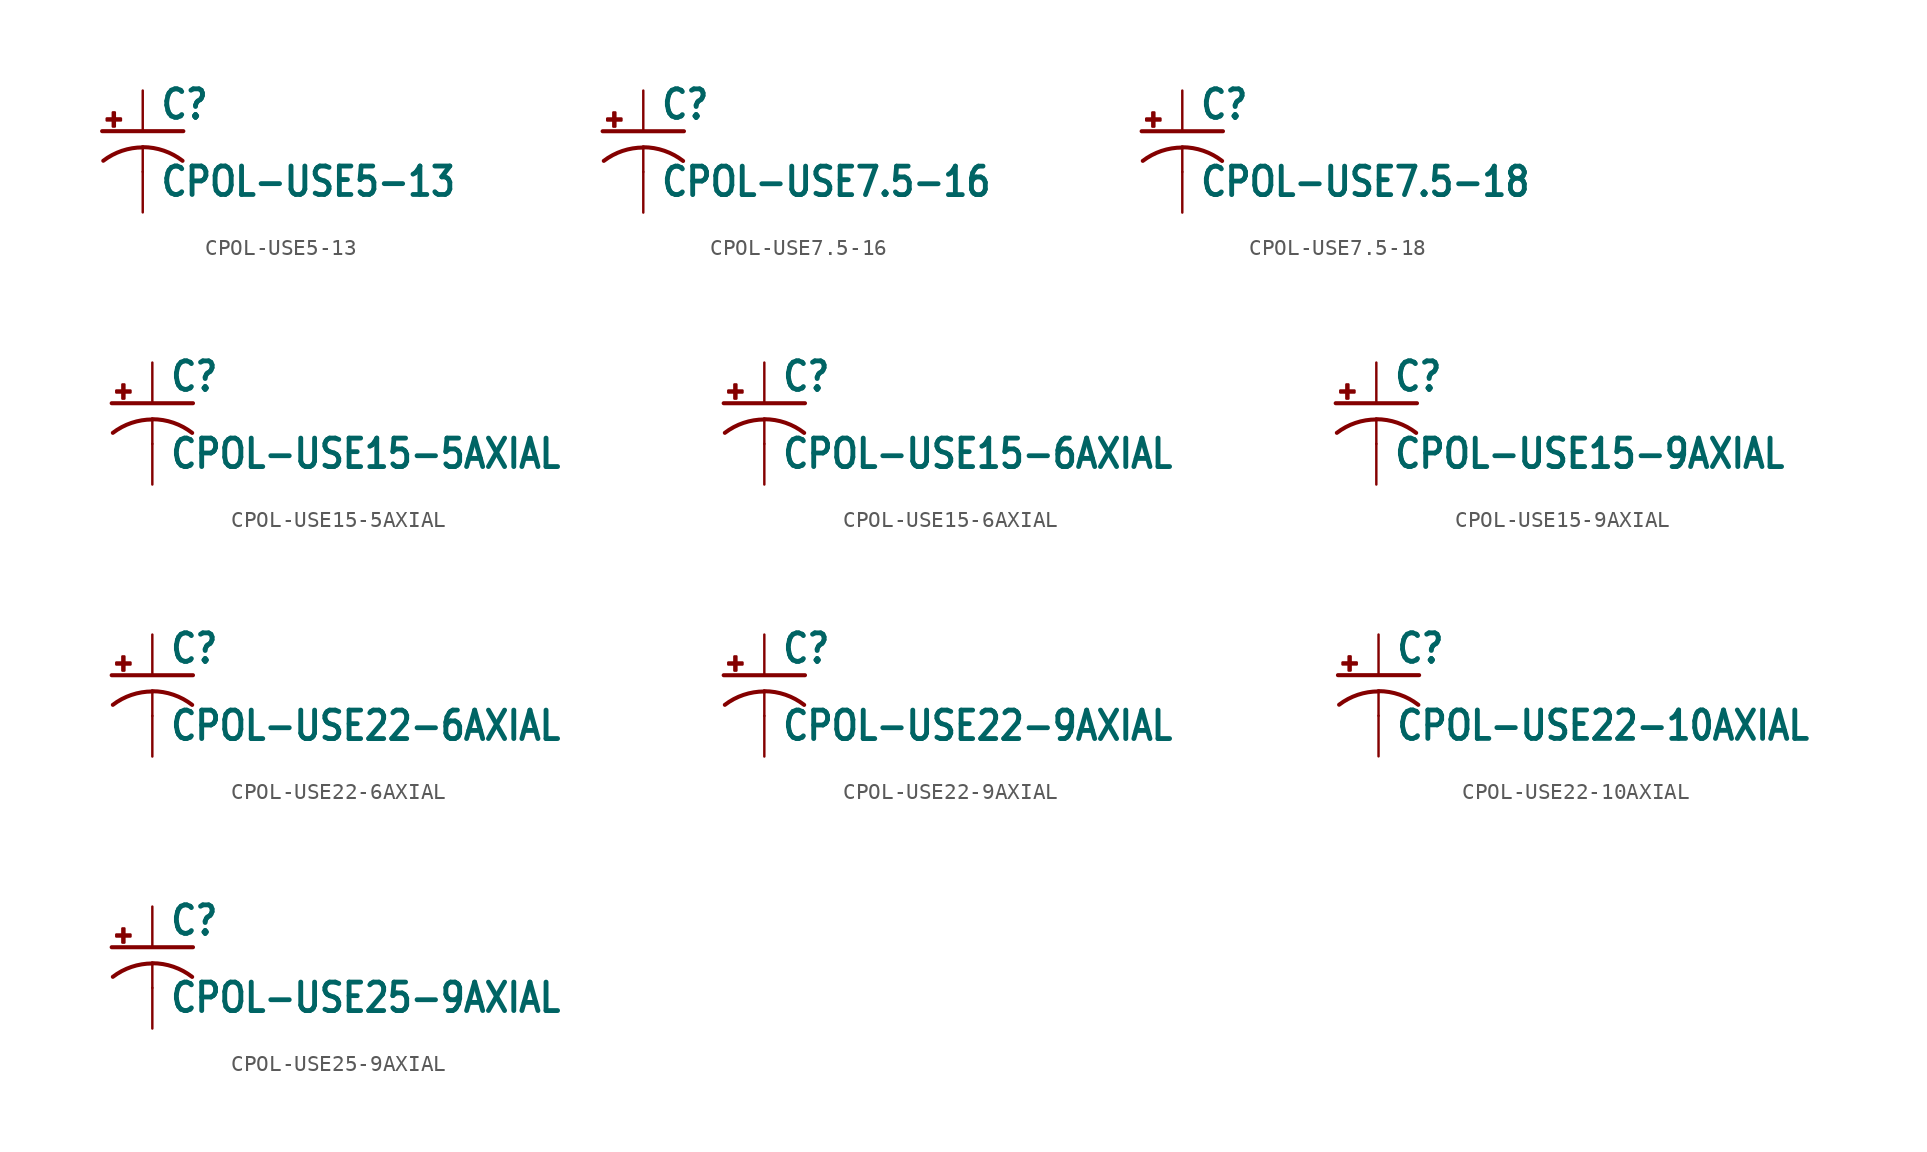
<source format=kicad_sym>
(kicad_symbol_lib
  (version 20211014)
  (generator kicad_symbol_editor)
  (symbol "CPOL-USE5-13"
    (property "Reference" "C"
      (at 1.016 0.635 0)
      (effects (font (size 1.778 1.511) bold) (justify left bottom)))
    (property "Value" "CPOL-USE5-13"
      (at 1.016 -4.191 0)
      (effects (font (size 1.778 1.511) bold) (justify left bottom)))
    (property "ki_locked" ""
      (at 0 0 0)
      (effects (font (size 1.27 1.27))))
    (symbol "CPOL-USE5-13_1_0"
      (rectangle (start -2.253 0.668) (end -1.364 0.795) (stroke (width 0) (type default) (color 0 0 0 0)) (fill (type outline)))
      (rectangle (start -1.872 0.287) (end -1.745 1.176) (stroke (width 0) (type default) (color 0 0 0 0)) (fill (type outline)))
      (arc (start 0 -1.0161) (mid -1.3021 -1.2302) (end -2.4669 -1.8504) (stroke (width 0.254) (type default) (color 0 0 0 0)) (fill (type none)))
      (polyline (pts (xy -2.54 0) (xy 2.54 0)) (stroke (width 0.254) (type default) (color 0 0 0 0)) (fill (type none)))
      (polyline (pts (xy 0 -1.016) (xy 0 -2.54)) (stroke (width 0.152) (type default) (color 0 0 0 0)) (fill (type none)))
      (polyline (pts (xy 0 -1.016) (xy 0 -1.016)) (stroke (width 0.152) (type default) (color 0 0 0 0)) (fill (type none)))
      (arc (start 2.4892 -1.8542) (mid 1.3158 -1.2195) (end 0 -1) (stroke (width 0.254) (type default) (color 0 0 0 0)) (fill (type none)))
      (pin passive line (at 0 2.54 270) (length 2.54) (name "+" (effects (font (size 0 0)))) (number "+" (effects (font (size 0 0)))))
      (pin passive line (at 0 -5.08 90) (length 2.54) (name "-" (effects (font (size 0 0)))) (number "-" (effects (font (size 0 0)))))))
  (symbol "CPOL-USE7.5-16"
    (property "Reference" "C"
      (at 1.016 0.635 0)
      (effects (font (size 1.778 1.511) bold) (justify left bottom)))
    (property "Value" "CPOL-USE7.5-16"
      (at 1.016 -4.191 0)
      (effects (font (size 1.778 1.511) bold) (justify left bottom)))
    (property "ki_locked" ""
      (at 0 0 0)
      (effects (font (size 1.27 1.27))))
    (symbol "CPOL-USE7.5-16_1_0"
      (rectangle (start -2.253 0.668) (end -1.364 0.795) (stroke (width 0) (type default) (color 0 0 0 0)) (fill (type outline)))
      (rectangle (start -1.872 0.287) (end -1.745 1.176) (stroke (width 0) (type default) (color 0 0 0 0)) (fill (type outline)))
      (arc (start 0 -1.0161) (mid -1.3021 -1.2302) (end -2.4669 -1.8504) (stroke (width 0.254) (type default) (color 0 0 0 0)) (fill (type none)))
      (polyline (pts (xy -2.54 0) (xy 2.54 0)) (stroke (width 0.254) (type default) (color 0 0 0 0)) (fill (type none)))
      (polyline (pts (xy 0 -1.016) (xy 0 -2.54)) (stroke (width 0.152) (type default) (color 0 0 0 0)) (fill (type none)))
      (polyline (pts (xy 0 -1.016) (xy 0 -1.016)) (stroke (width 0.152) (type default) (color 0 0 0 0)) (fill (type none)))
      (arc (start 2.4892 -1.8542) (mid 1.3158 -1.2195) (end 0 -1) (stroke (width 0.254) (type default) (color 0 0 0 0)) (fill (type none)))
      (pin passive line (at 0 2.54 270) (length 2.54) (name "+" (effects (font (size 0 0)))) (number "+" (effects (font (size 0 0)))))
      (pin passive line (at 0 -5.08 90) (length 2.54) (name "-" (effects (font (size 0 0)))) (number "-" (effects (font (size 0 0)))))))
  (symbol "CPOL-USE7.5-18"
    (property "Reference" "C"
      (at 1.016 0.635 0)
      (effects (font (size 1.778 1.511) bold) (justify left bottom)))
    (property "Value" "CPOL-USE7.5-18"
      (at 1.016 -4.191 0)
      (effects (font (size 1.778 1.511) bold) (justify left bottom)))
    (property "ki_locked" ""
      (at 0 0 0)
      (effects (font (size 1.27 1.27))))
    (symbol "CPOL-USE7.5-18_1_0"
      (rectangle (start -2.253 0.668) (end -1.364 0.795) (stroke (width 0) (type default) (color 0 0 0 0)) (fill (type outline)))
      (rectangle (start -1.872 0.287) (end -1.745 1.176) (stroke (width 0) (type default) (color 0 0 0 0)) (fill (type outline)))
      (arc (start 0 -1.0161) (mid -1.3021 -1.2302) (end -2.4669 -1.8504) (stroke (width 0.254) (type default) (color 0 0 0 0)) (fill (type none)))
      (polyline (pts (xy -2.54 0) (xy 2.54 0)) (stroke (width 0.254) (type default) (color 0 0 0 0)) (fill (type none)))
      (polyline (pts (xy 0 -1.016) (xy 0 -2.54)) (stroke (width 0.152) (type default) (color 0 0 0 0)) (fill (type none)))
      (polyline (pts (xy 0 -1.016) (xy 0 -1.016)) (stroke (width 0.152) (type default) (color 0 0 0 0)) (fill (type none)))
      (arc (start 2.4892 -1.8542) (mid 1.3158 -1.2195) (end 0 -1) (stroke (width 0.254) (type default) (color 0 0 0 0)) (fill (type none)))
      (pin passive line (at 0 2.54 270) (length 2.54) (name "+" (effects (font (size 0 0)))) (number "+" (effects (font (size 0 0)))))
      (pin passive line (at 0 -5.08 90) (length 2.54) (name "-" (effects (font (size 0 0)))) (number "-" (effects (font (size 0 0)))))))
  (symbol "CPOL-USE15-5AXIAL"
    (property "Reference" "C"
      (at 1.016 0.635 0)
      (effects (font (size 1.778 1.511) bold) (justify left bottom)))
    (property "Value" "CPOL-USE15-5AXIAL"
      (at 1.016 -4.191 0)
      (effects (font (size 1.778 1.511) bold) (justify left bottom)))
    (property "ki_locked" ""
      (at 0 0 0)
      (effects (font (size 1.27 1.27))))
    (symbol "CPOL-USE15-5AXIAL_1_0"
      (rectangle (start -2.253 0.668) (end -1.364 0.795) (stroke (width 0) (type default) (color 0 0 0 0)) (fill (type outline)))
      (rectangle (start -1.872 0.287) (end -1.745 1.176) (stroke (width 0) (type default) (color 0 0 0 0)) (fill (type outline)))
      (arc (start 0 -1.0161) (mid -1.3021 -1.2302) (end -2.4669 -1.8504) (stroke (width 0.254) (type default) (color 0 0 0 0)) (fill (type none)))
      (polyline (pts (xy -2.54 0) (xy 2.54 0)) (stroke (width 0.254) (type default) (color 0 0 0 0)) (fill (type none)))
      (polyline (pts (xy 0 -1.016) (xy 0 -2.54)) (stroke (width 0.152) (type default) (color 0 0 0 0)) (fill (type none)))
      (polyline (pts (xy 0 -1.016) (xy 0 -1.016)) (stroke (width 0.152) (type default) (color 0 0 0 0)) (fill (type none)))
      (arc (start 2.4892 -1.8542) (mid 1.3158 -1.2195) (end 0 -1) (stroke (width 0.254) (type default) (color 0 0 0 0)) (fill (type none)))
      (pin passive line (at 0 2.54 270) (length 2.54) (name "+" (effects (font (size 0 0)))) (number "+" (effects (font (size 0 0)))))
      (pin passive line (at 0 -5.08 90) (length 2.54) (name "-" (effects (font (size 0 0)))) (number "-" (effects (font (size 0 0)))))))
  (symbol "CPOL-USE15-6AXIAL"
    (property "Reference" "C"
      (at 1.016 0.635 0)
      (effects (font (size 1.778 1.511) bold) (justify left bottom)))
    (property "Value" "CPOL-USE15-6AXIAL"
      (at 1.016 -4.191 0)
      (effects (font (size 1.778 1.511) bold) (justify left bottom)))
    (property "ki_locked" ""
      (at 0 0 0)
      (effects (font (size 1.27 1.27))))
    (symbol "CPOL-USE15-6AXIAL_1_0"
      (rectangle (start -2.253 0.668) (end -1.364 0.795) (stroke (width 0) (type default) (color 0 0 0 0)) (fill (type outline)))
      (rectangle (start -1.872 0.287) (end -1.745 1.176) (stroke (width 0) (type default) (color 0 0 0 0)) (fill (type outline)))
      (arc (start 0 -1.0161) (mid -1.3021 -1.2302) (end -2.4669 -1.8504) (stroke (width 0.254) (type default) (color 0 0 0 0)) (fill (type none)))
      (polyline (pts (xy -2.54 0) (xy 2.54 0)) (stroke (width 0.254) (type default) (color 0 0 0 0)) (fill (type none)))
      (polyline (pts (xy 0 -1.016) (xy 0 -2.54)) (stroke (width 0.152) (type default) (color 0 0 0 0)) (fill (type none)))
      (polyline (pts (xy 0 -1.016) (xy 0 -1.016)) (stroke (width 0.152) (type default) (color 0 0 0 0)) (fill (type none)))
      (arc (start 2.4892 -1.8542) (mid 1.3158 -1.2195) (end 0 -1) (stroke (width 0.254) (type default) (color 0 0 0 0)) (fill (type none)))
      (pin passive line (at 0 2.54 270) (length 2.54) (name "+" (effects (font (size 0 0)))) (number "+" (effects (font (size 0 0)))))
      (pin passive line (at 0 -5.08 90) (length 2.54) (name "-" (effects (font (size 0 0)))) (number "-" (effects (font (size 0 0)))))))
  (symbol "CPOL-USE15-9AXIAL"
    (property "Reference" "C"
      (at 1.016 0.635 0)
      (effects (font (size 1.778 1.511) bold) (justify left bottom)))
    (property "Value" "CPOL-USE15-9AXIAL"
      (at 1.016 -4.191 0)
      (effects (font (size 1.778 1.511) bold) (justify left bottom)))
    (property "ki_locked" ""
      (at 0 0 0)
      (effects (font (size 1.27 1.27))))
    (symbol "CPOL-USE15-9AXIAL_1_0"
      (rectangle (start -2.253 0.668) (end -1.364 0.795) (stroke (width 0) (type default) (color 0 0 0 0)) (fill (type outline)))
      (rectangle (start -1.872 0.287) (end -1.745 1.176) (stroke (width 0) (type default) (color 0 0 0 0)) (fill (type outline)))
      (arc (start 0 -1.0161) (mid -1.3021 -1.2302) (end -2.4669 -1.8504) (stroke (width 0.254) (type default) (color 0 0 0 0)) (fill (type none)))
      (polyline (pts (xy -2.54 0) (xy 2.54 0)) (stroke (width 0.254) (type default) (color 0 0 0 0)) (fill (type none)))
      (polyline (pts (xy 0 -1.016) (xy 0 -2.54)) (stroke (width 0.152) (type default) (color 0 0 0 0)) (fill (type none)))
      (polyline (pts (xy 0 -1.016) (xy 0 -1.016)) (stroke (width 0.152) (type default) (color 0 0 0 0)) (fill (type none)))
      (arc (start 2.4892 -1.8542) (mid 1.3158 -1.2195) (end 0 -1) (stroke (width 0.254) (type default) (color 0 0 0 0)) (fill (type none)))
      (pin passive line (at 0 2.54 270) (length 2.54) (name "+" (effects (font (size 0 0)))) (number "+" (effects (font (size 0 0)))))
      (pin passive line (at 0 -5.08 90) (length 2.54) (name "-" (effects (font (size 0 0)))) (number "-" (effects (font (size 0 0)))))))
  (symbol "CPOL-USE22-6AXIAL"
    (property "Reference" "C"
      (at 1.016 0.635 0)
      (effects (font (size 1.778 1.511) bold) (justify left bottom)))
    (property "Value" "CPOL-USE22-6AXIAL"
      (at 1.016 -4.191 0)
      (effects (font (size 1.778 1.511) bold) (justify left bottom)))
    (property "ki_locked" ""
      (at 0 0 0)
      (effects (font (size 1.27 1.27))))
    (symbol "CPOL-USE22-6AXIAL_1_0"
      (rectangle (start -2.253 0.668) (end -1.364 0.795) (stroke (width 0) (type default) (color 0 0 0 0)) (fill (type outline)))
      (rectangle (start -1.872 0.287) (end -1.745 1.176) (stroke (width 0) (type default) (color 0 0 0 0)) (fill (type outline)))
      (arc (start 0 -1.0161) (mid -1.3021 -1.2302) (end -2.4669 -1.8504) (stroke (width 0.254) (type default) (color 0 0 0 0)) (fill (type none)))
      (polyline (pts (xy -2.54 0) (xy 2.54 0)) (stroke (width 0.254) (type default) (color 0 0 0 0)) (fill (type none)))
      (polyline (pts (xy 0 -1.016) (xy 0 -2.54)) (stroke (width 0.152) (type default) (color 0 0 0 0)) (fill (type none)))
      (polyline (pts (xy 0 -1.016) (xy 0 -1.016)) (stroke (width 0.152) (type default) (color 0 0 0 0)) (fill (type none)))
      (arc (start 2.4892 -1.8542) (mid 1.3158 -1.2195) (end 0 -1) (stroke (width 0.254) (type default) (color 0 0 0 0)) (fill (type none)))
      (pin passive line (at 0 2.54 270) (length 2.54) (name "+" (effects (font (size 0 0)))) (number "+" (effects (font (size 0 0)))))
      (pin passive line (at 0 -5.08 90) (length 2.54) (name "-" (effects (font (size 0 0)))) (number "-" (effects (font (size 0 0)))))))
  (symbol "CPOL-USE22-9AXIAL"
    (property "Reference" "C"
      (at 1.016 0.635 0)
      (effects (font (size 1.778 1.511) bold) (justify left bottom)))
    (property "Value" "CPOL-USE22-9AXIAL"
      (at 1.016 -4.191 0)
      (effects (font (size 1.778 1.511) bold) (justify left bottom)))
    (property "ki_locked" ""
      (at 0 0 0)
      (effects (font (size 1.27 1.27))))
    (symbol "CPOL-USE22-9AXIAL_1_0"
      (rectangle (start -2.253 0.668) (end -1.364 0.795) (stroke (width 0) (type default) (color 0 0 0 0)) (fill (type outline)))
      (rectangle (start -1.872 0.287) (end -1.745 1.176) (stroke (width 0) (type default) (color 0 0 0 0)) (fill (type outline)))
      (arc (start 0 -1.0161) (mid -1.3021 -1.2302) (end -2.4669 -1.8504) (stroke (width 0.254) (type default) (color 0 0 0 0)) (fill (type none)))
      (polyline (pts (xy -2.54 0) (xy 2.54 0)) (stroke (width 0.254) (type default) (color 0 0 0 0)) (fill (type none)))
      (polyline (pts (xy 0 -1.016) (xy 0 -2.54)) (stroke (width 0.152) (type default) (color 0 0 0 0)) (fill (type none)))
      (polyline (pts (xy 0 -1.016) (xy 0 -1.016)) (stroke (width 0.152) (type default) (color 0 0 0 0)) (fill (type none)))
      (arc (start 2.4892 -1.8542) (mid 1.3158 -1.2195) (end 0 -1) (stroke (width 0.254) (type default) (color 0 0 0 0)) (fill (type none)))
      (pin passive line (at 0 2.54 270) (length 2.54) (name "+" (effects (font (size 0 0)))) (number "+" (effects (font (size 0 0)))))
      (pin passive line (at 0 -5.08 90) (length 2.54) (name "-" (effects (font (size 0 0)))) (number "-" (effects (font (size 0 0)))))))
  (symbol "CPOL-USE22-10AXIAL"
    (property "Reference" "C"
      (at 1.016 0.635 0)
      (effects (font (size 1.778 1.511) bold) (justify left bottom)))
    (property "Value" "CPOL-USE22-10AXIAL"
      (at 1.016 -4.191 0)
      (effects (font (size 1.778 1.511) bold) (justify left bottom)))
    (property "ki_locked" ""
      (at 0 0 0)
      (effects (font (size 1.27 1.27))))
    (symbol "CPOL-USE22-10AXIAL_1_0"
      (rectangle (start -2.253 0.668) (end -1.364 0.795) (stroke (width 0) (type default) (color 0 0 0 0)) (fill (type outline)))
      (rectangle (start -1.872 0.287) (end -1.745 1.176) (stroke (width 0) (type default) (color 0 0 0 0)) (fill (type outline)))
      (arc (start 0 -1.0161) (mid -1.3021 -1.2302) (end -2.4669 -1.8504) (stroke (width 0.254) (type default) (color 0 0 0 0)) (fill (type none)))
      (polyline (pts (xy -2.54 0) (xy 2.54 0)) (stroke (width 0.254) (type default) (color 0 0 0 0)) (fill (type none)))
      (polyline (pts (xy 0 -1.016) (xy 0 -2.54)) (stroke (width 0.152) (type default) (color 0 0 0 0)) (fill (type none)))
      (polyline (pts (xy 0 -1.016) (xy 0 -1.016)) (stroke (width 0.152) (type default) (color 0 0 0 0)) (fill (type none)))
      (arc (start 2.4892 -1.8542) (mid 1.3158 -1.2195) (end 0 -1) (stroke (width 0.254) (type default) (color 0 0 0 0)) (fill (type none)))
      (pin passive line (at 0 2.54 270) (length 2.54) (name "+" (effects (font (size 0 0)))) (number "+" (effects (font (size 0 0)))))
      (pin passive line (at 0 -5.08 90) (length 2.54) (name "-" (effects (font (size 0 0)))) (number "-" (effects (font (size 0 0)))))))
  (symbol "CPOL-USE25-9AXIAL"
    (property "Reference" "C"
      (at 1.016 0.635 0)
      (effects (font (size 1.778 1.511) bold) (justify left bottom)))
    (property "Value" "CPOL-USE25-9AXIAL"
      (at 1.016 -4.191 0)
      (effects (font (size 1.778 1.511) bold) (justify left bottom)))
    (property "ki_locked" ""
      (at 0 0 0)
      (effects (font (size 1.27 1.27))))
    (symbol "CPOL-USE25-9AXIAL_1_0"
      (rectangle (start -2.253 0.668) (end -1.364 0.795) (stroke (width 0) (type default) (color 0 0 0 0)) (fill (type outline)))
      (rectangle (start -1.872 0.287) (end -1.745 1.176) (stroke (width 0) (type default) (color 0 0 0 0)) (fill (type outline)))
      (arc (start 0 -1.0161) (mid -1.3021 -1.2302) (end -2.4669 -1.8504) (stroke (width 0.254) (type default) (color 0 0 0 0)) (fill (type none)))
      (polyline (pts (xy -2.54 0) (xy 2.54 0)) (stroke (width 0.254) (type default) (color 0 0 0 0)) (fill (type none)))
      (polyline (pts (xy 0 -1.016) (xy 0 -2.54)) (stroke (width 0.152) (type default) (color 0 0 0 0)) (fill (type none)))
      (polyline (pts (xy 0 -1.016) (xy 0 -1.016)) (stroke (width 0.152) (type default) (color 0 0 0 0)) (fill (type none)))
      (arc (start 2.4892 -1.8542) (mid 1.3158 -1.2195) (end 0 -1) (stroke (width 0.254) (type default) (color 0 0 0 0)) (fill (type none)))
      (pin passive line (at 0 2.54 270) (length 2.54) (name "+" (effects (font (size 0 0)))) (number "+" (effects (font (size 0 0)))))
      (pin passive line (at 0 -5.08 90) (length 2.54) (name "-" (effects (font (size 0 0)))) (number "-" (effects (font (size 0 0))))))))
</source>
